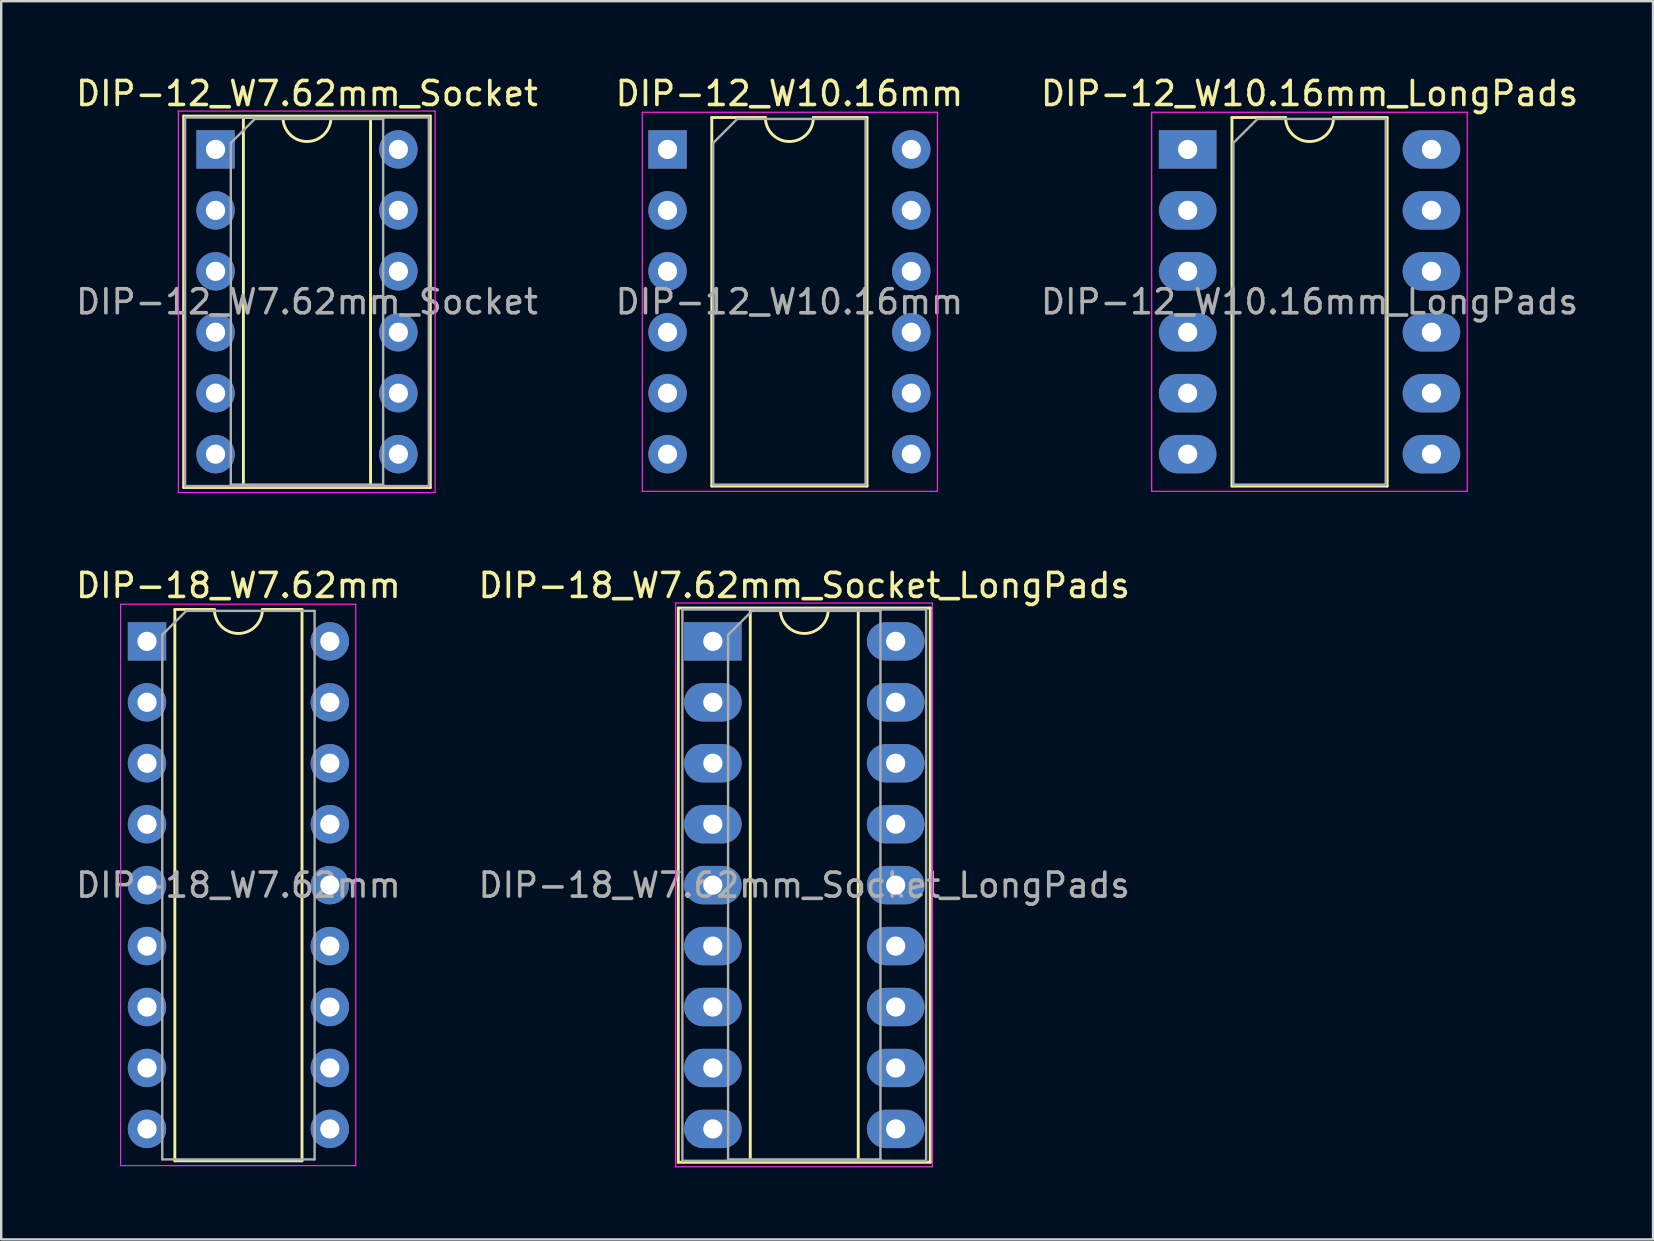
<source format=kicad_pcb>
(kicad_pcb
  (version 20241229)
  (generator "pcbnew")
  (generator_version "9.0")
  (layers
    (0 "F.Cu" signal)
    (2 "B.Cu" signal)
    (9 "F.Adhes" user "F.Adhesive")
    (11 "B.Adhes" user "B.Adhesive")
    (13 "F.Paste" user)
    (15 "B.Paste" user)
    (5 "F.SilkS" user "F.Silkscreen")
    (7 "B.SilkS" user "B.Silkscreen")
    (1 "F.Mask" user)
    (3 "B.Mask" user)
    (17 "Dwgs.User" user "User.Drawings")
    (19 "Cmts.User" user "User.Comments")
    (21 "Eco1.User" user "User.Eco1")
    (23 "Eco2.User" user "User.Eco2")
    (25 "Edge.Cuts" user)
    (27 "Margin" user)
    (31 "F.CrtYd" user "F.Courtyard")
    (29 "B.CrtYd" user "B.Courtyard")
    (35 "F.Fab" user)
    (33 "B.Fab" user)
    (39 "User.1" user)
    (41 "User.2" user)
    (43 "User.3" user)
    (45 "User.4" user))
  (footprint "DIP-12_W7.62mm_Socket"
    (layer "F.Cu")
    (at 5.934 3.178)
    (property "Reference" "DIP-12_W7.62mm_Socket" (at 3.81 -2.33 0) (layer "F.SilkS") (effects (font (size 1 1) (thickness 0.15))))
    (attr through_hole)
    (fp_line (start -1.33 -1.39) (end -1.33 14.09) (stroke (width 0.12) (type solid)) (layer "F.SilkS"))
    (fp_line (start -1.33 14.09) (end 8.95 14.09) (stroke (width 0.12) (type solid)) (layer "F.SilkS"))
    (fp_line (start 1.16 -1.33) (end 1.16 14.03) (stroke (width 0.12) (type solid)) (layer "F.SilkS"))
    (fp_line (start 1.16 14.03) (end 6.46 14.03) (stroke (width 0.12) (type solid)) (layer "F.SilkS"))
    (fp_line (start 2.81 -1.33) (end 1.16 -1.33) (stroke (width 0.12) (type solid)) (layer "F.SilkS"))
    (fp_line (start 6.46 -1.33) (end 4.81 -1.33) (stroke (width 0.12) (type solid)) (layer "F.SilkS"))
    (fp_line (start 6.46 14.03) (end 6.46 -1.33) (stroke (width 0.12) (type solid)) (layer "F.SilkS"))
    (fp_line (start 8.95 -1.39) (end -1.33 -1.39) (stroke (width 0.12) (type solid)) (layer "F.SilkS"))
    (fp_line (start 8.95 14.09) (end 8.95 -1.39) (stroke (width 0.12) (type solid)) (layer "F.SilkS"))
    (fp_arc (start 4.81 -1.33) (mid 3.81 -0.33) (end 2.81 -1.33) (stroke (width 0.12) (type solid)) (layer "F.SilkS"))
    (fp_line (start -1.55 -1.6) (end -1.55 14.3) (stroke (width 0.05) (type solid)) (layer "F.CrtYd"))
    (fp_line (start -1.55 14.3) (end 9.15 14.3) (stroke (width 0.05) (type solid)) (layer "F.CrtYd"))
    (fp_line (start 9.15 -1.6) (end -1.55 -1.6) (stroke (width 0.05) (type solid)) (layer "F.CrtYd"))
    (fp_line (start 9.15 14.3) (end 9.15 -1.6) (stroke (width 0.05) (type solid)) (layer "F.CrtYd"))
    (fp_line (start -1.27 -1.33) (end -1.27 14.03) (stroke (width 0.1) (type solid)) (layer "F.Fab"))
    (fp_line (start -1.27 14.03) (end 8.89 14.03) (stroke (width 0.1) (type solid)) (layer "F.Fab"))
    (fp_line (start 0.635 -0.27) (end 1.635 -1.27) (stroke (width 0.1) (type solid)) (layer "F.Fab"))
    (fp_line (start 0.635 13.97) (end 0.635 -0.27) (stroke (width 0.1) (type solid)) (layer "F.Fab"))
    (fp_line (start 1.635 -1.27) (end 6.985 -1.27) (stroke (width 0.1) (type solid)) (layer "F.Fab"))
    (fp_line (start 6.985 -1.27) (end 6.985 13.97) (stroke (width 0.1) (type solid)) (layer "F.Fab"))
    (fp_line (start 6.985 13.97) (end 0.635 13.97) (stroke (width 0.1) (type solid)) (layer "F.Fab"))
    (fp_line (start 8.89 -1.33) (end -1.27 -1.33) (stroke (width 0.1) (type solid)) (layer "F.Fab"))
    (fp_line (start 8.89 14.03) (end 8.89 -1.33) (stroke (width 0.1) (type solid)) (layer "F.Fab"))
    (fp_text user "${REFERENCE}" (at 3.81 6.35 0) (layer "F.Fab") (effects (font (size 1 1) (thickness 0.15))))
    (pad "1" thru_hole rect (at 0 0) (size 1.6 1.6) (drill 0.8) (layers "*.Cu" "*.Mask"))
    (pad "2" thru_hole oval (at 0 2.54) (size 1.6 1.6) (drill 0.8) (layers "*.Cu" "*.Mask"))
    (pad "3" thru_hole oval (at 0 5.08) (size 1.6 1.6) (drill 0.8) (layers "*.Cu" "*.Mask"))
    (pad "4" thru_hole oval (at 0 7.62) (size 1.6 1.6) (drill 0.8) (layers "*.Cu" "*.Mask"))
    (pad "5" thru_hole oval (at 0 10.16) (size 1.6 1.6) (drill 0.8) (layers "*.Cu" "*.Mask"))
    (pad "6" thru_hole oval (at 0 12.7) (size 1.6 1.6) (drill 0.8) (layers "*.Cu" "*.Mask"))
    (pad "7" thru_hole oval (at 7.62 12.7) (size 1.6 1.6) (drill 0.8) (layers "*.Cu" "*.Mask"))
    (pad "8" thru_hole oval (at 7.62 10.16) (size 1.6 1.6) (drill 0.8) (layers "*.Cu" "*.Mask"))
    (pad "9" thru_hole oval (at 7.62 7.62) (size 1.6 1.6) (drill 0.8) (layers "*.Cu" "*.Mask"))
    (pad "10" thru_hole oval (at 7.62 5.08) (size 1.6 1.6) (drill 0.8) (layers "*.Cu" "*.Mask"))
    (pad "11" thru_hole oval (at 7.62 2.54) (size 1.6 1.6) (drill 0.8) (layers "*.Cu" "*.Mask"))
    (pad "12" thru_hole oval (at 7.62 0) (size 1.6 1.6) (drill 0.8) (layers "*.Cu" "*.Mask")))
  (footprint "DIP-12_W10.16mm_LongPads"
    (layer "F.Cu")
    (at 46.45 3.178)
    (property "Reference" "DIP-12_W10.16mm_LongPads" (at 5.08 -2.33 0) (layer "F.SilkS") (effects (font (size 1 1) (thickness 0.15))))
    (attr through_hole)
    (fp_line (start 1.845 -1.33) (end 1.845 14.03) (stroke (width 0.12) (type solid)) (layer "F.SilkS"))
    (fp_line (start 1.845 14.03) (end 8.315 14.03) (stroke (width 0.12) (type solid)) (layer "F.SilkS"))
    (fp_line (start 4.08 -1.33) (end 1.845 -1.33) (stroke (width 0.12) (type solid)) (layer "F.SilkS"))
    (fp_line (start 8.315 -1.33) (end 6.08 -1.33) (stroke (width 0.12) (type solid)) (layer "F.SilkS"))
    (fp_line (start 8.315 14.03) (end 8.315 -1.33) (stroke (width 0.12) (type solid)) (layer "F.SilkS"))
    (fp_arc (start 6.08 -1.33) (mid 5.08 -0.33) (end 4.08 -1.33) (stroke (width 0.12) (type solid)) (layer "F.SilkS"))
    (fp_line (start -1.5 -1.55) (end -1.5 14.25) (stroke (width 0.05) (type solid)) (layer "F.CrtYd"))
    (fp_line (start -1.5 14.25) (end 11.65 14.25) (stroke (width 0.05) (type solid)) (layer "F.CrtYd"))
    (fp_line (start 11.65 -1.55) (end -1.5 -1.55) (stroke (width 0.05) (type solid)) (layer "F.CrtYd"))
    (fp_line (start 11.65 14.25) (end 11.65 -1.55) (stroke (width 0.05) (type solid)) (layer "F.CrtYd"))
    (fp_line (start 1.905 -0.27) (end 2.905 -1.27) (stroke (width 0.1) (type solid)) (layer "F.Fab"))
    (fp_line (start 1.905 13.97) (end 1.905 -0.27) (stroke (width 0.1) (type solid)) (layer "F.Fab"))
    (fp_line (start 2.905 -1.27) (end 8.255 -1.27) (stroke (width 0.1) (type solid)) (layer "F.Fab"))
    (fp_line (start 8.255 -1.27) (end 8.255 13.97) (stroke (width 0.1) (type solid)) (layer "F.Fab"))
    (fp_line (start 8.255 13.97) (end 1.905 13.97) (stroke (width 0.1) (type solid)) (layer "F.Fab"))
    (fp_text user "${REFERENCE}" (at 5.08 6.35 0) (layer "F.Fab") (effects (font (size 1 1) (thickness 0.15))))
    (pad "1" thru_hole rect (at 0 0) (size 2.4 1.6) (drill 0.8) (layers "*.Cu" "*.Mask"))
    (pad "2" thru_hole oval (at 0 2.54) (size 2.4 1.6) (drill 0.8) (layers "*.Cu" "*.Mask"))
    (pad "3" thru_hole oval (at 0 5.08) (size 2.4 1.6) (drill 0.8) (layers "*.Cu" "*.Mask"))
    (pad "4" thru_hole oval (at 0 7.62) (size 2.4 1.6) (drill 0.8) (layers "*.Cu" "*.Mask"))
    (pad "5" thru_hole oval (at 0 10.16) (size 2.4 1.6) (drill 0.8) (layers "*.Cu" "*.Mask"))
    (pad "6" thru_hole oval (at 0 12.7) (size 2.4 1.6) (drill 0.8) (layers "*.Cu" "*.Mask"))
    (pad "7" thru_hole oval (at 10.16 12.7) (size 2.4 1.6) (drill 0.8) (layers "*.Cu" "*.Mask"))
    (pad "8" thru_hole oval (at 10.16 10.16) (size 2.4 1.6) (drill 0.8) (layers "*.Cu" "*.Mask"))
    (pad "9" thru_hole oval (at 10.16 7.62) (size 2.4 1.6) (drill 0.8) (layers "*.Cu" "*.Mask"))
    (pad "10" thru_hole oval (at 10.16 5.08) (size 2.4 1.6) (drill 0.8) (layers "*.Cu" "*.Mask"))
    (pad "11" thru_hole oval (at 10.16 2.54) (size 2.4 1.6) (drill 0.8) (layers "*.Cu" "*.Mask"))
    (pad "12" thru_hole oval (at 10.16 0) (size 2.4 1.6) (drill 0.8) (layers "*.Cu" "*.Mask")))
  (footprint "DIP-12_W10.16mm"
    (layer "F.Cu")
    (at 24.771 3.178)
    (property "Reference" "DIP-12_W10.16mm" (at 5.08 -2.33 0) (layer "F.SilkS") (effects (font (size 1 1) (thickness 0.15))))
    (attr through_hole)
    (fp_line (start 1.845 -1.33) (end 1.845 14.03) (stroke (width 0.12) (type solid)) (layer "F.SilkS"))
    (fp_line (start 1.845 14.03) (end 8.315 14.03) (stroke (width 0.12) (type solid)) (layer "F.SilkS"))
    (fp_line (start 4.08 -1.33) (end 1.845 -1.33) (stroke (width 0.12) (type solid)) (layer "F.SilkS"))
    (fp_line (start 8.315 -1.33) (end 6.08 -1.33) (stroke (width 0.12) (type solid)) (layer "F.SilkS"))
    (fp_line (start 8.315 14.03) (end 8.315 -1.33) (stroke (width 0.12) (type solid)) (layer "F.SilkS"))
    (fp_arc (start 6.08 -1.33) (mid 5.08 -0.33) (end 4.08 -1.33) (stroke (width 0.12) (type solid)) (layer "F.SilkS"))
    (fp_line (start -1.05 -1.55) (end -1.05 14.25) (stroke (width 0.05) (type solid)) (layer "F.CrtYd"))
    (fp_line (start -1.05 14.25) (end 11.25 14.25) (stroke (width 0.05) (type solid)) (layer "F.CrtYd"))
    (fp_line (start 11.25 -1.55) (end -1.05 -1.55) (stroke (width 0.05) (type solid)) (layer "F.CrtYd"))
    (fp_line (start 11.25 14.25) (end 11.25 -1.55) (stroke (width 0.05) (type solid)) (layer "F.CrtYd"))
    (fp_line (start 1.905 -0.27) (end 2.905 -1.27) (stroke (width 0.1) (type solid)) (layer "F.Fab"))
    (fp_line (start 1.905 13.97) (end 1.905 -0.27) (stroke (width 0.1) (type solid)) (layer "F.Fab"))
    (fp_line (start 2.905 -1.27) (end 8.255 -1.27) (stroke (width 0.1) (type solid)) (layer "F.Fab"))
    (fp_line (start 8.255 -1.27) (end 8.255 13.97) (stroke (width 0.1) (type solid)) (layer "F.Fab"))
    (fp_line (start 8.255 13.97) (end 1.905 13.97) (stroke (width 0.1) (type solid)) (layer "F.Fab"))
    (fp_text user "${REFERENCE}" (at 5.08 6.35 0) (layer "F.Fab") (effects (font (size 1 1) (thickness 0.15))))
    (pad "1" thru_hole rect (at 0 0) (size 1.6 1.6) (drill 0.8) (layers "*.Cu" "*.Mask"))
    (pad "2" thru_hole oval (at 0 2.54) (size 1.6 1.6) (drill 0.8) (layers "*.Cu" "*.Mask"))
    (pad "3" thru_hole oval (at 0 5.08) (size 1.6 1.6) (drill 0.8) (layers "*.Cu" "*.Mask"))
    (pad "4" thru_hole oval (at 0 7.62) (size 1.6 1.6) (drill 0.8) (layers "*.Cu" "*.Mask"))
    (pad "5" thru_hole oval (at 0 10.16) (size 1.6 1.6) (drill 0.8) (layers "*.Cu" "*.Mask"))
    (pad "6" thru_hole oval (at 0 12.7) (size 1.6 1.6) (drill 0.8) (layers "*.Cu" "*.Mask"))
    (pad "7" thru_hole oval (at 10.16 12.7) (size 1.6 1.6) (drill 0.8) (layers "*.Cu" "*.Mask"))
    (pad "8" thru_hole oval (at 10.16 10.16) (size 1.6 1.6) (drill 0.8) (layers "*.Cu" "*.Mask"))
    (pad "9" thru_hole oval (at 10.16 7.62) (size 1.6 1.6) (drill 0.8) (layers "*.Cu" "*.Mask"))
    (pad "10" thru_hole oval (at 10.16 5.08) (size 1.6 1.6) (drill 0.8) (layers "*.Cu" "*.Mask"))
    (pad "11" thru_hole oval (at 10.16 2.54) (size 1.6 1.6) (drill 0.8) (layers "*.Cu" "*.Mask"))
    (pad "12" thru_hole oval (at 10.16 0) (size 1.6 1.6) (drill 0.8) (layers "*.Cu" "*.Mask")))
  (footprint "DIP-18_W7.62mm"
    (layer "F.Cu")
    (at 3.077 23.681)
    (property "Reference" "DIP-18_W7.62mm" (at 3.81 -2.33 0) (layer "F.SilkS") (effects (font (size 1 1) (thickness 0.15))))
    (attr through_hole)
    (fp_line (start 1.16 -1.33) (end 1.16 21.65) (stroke (width 0.12) (type solid)) (layer "F.SilkS"))
    (fp_line (start 1.16 21.65) (end 6.46 21.65) (stroke (width 0.12) (type solid)) (layer "F.SilkS"))
    (fp_line (start 2.81 -1.33) (end 1.16 -1.33) (stroke (width 0.12) (type solid)) (layer "F.SilkS"))
    (fp_line (start 6.46 -1.33) (end 4.81 -1.33) (stroke (width 0.12) (type solid)) (layer "F.SilkS"))
    (fp_line (start 6.46 21.65) (end 6.46 -1.33) (stroke (width 0.12) (type solid)) (layer "F.SilkS"))
    (fp_arc (start 4.81 -1.33) (mid 3.81 -0.33) (end 2.81 -1.33) (stroke (width 0.12) (type solid)) (layer "F.SilkS"))
    (fp_line (start -1.1 -1.55) (end -1.1 21.85) (stroke (width 0.05) (type solid)) (layer "F.CrtYd"))
    (fp_line (start -1.1 21.85) (end 8.7 21.85) (stroke (width 0.05) (type solid)) (layer "F.CrtYd"))
    (fp_line (start 8.7 -1.55) (end -1.1 -1.55) (stroke (width 0.05) (type solid)) (layer "F.CrtYd"))
    (fp_line (start 8.7 21.85) (end 8.7 -1.55) (stroke (width 0.05) (type solid)) (layer "F.CrtYd"))
    (fp_line (start 0.635 -0.27) (end 1.635 -1.27) (stroke (width 0.1) (type solid)) (layer "F.Fab"))
    (fp_line (start 0.635 21.59) (end 0.635 -0.27) (stroke (width 0.1) (type solid)) (layer "F.Fab"))
    (fp_line (start 1.635 -1.27) (end 6.985 -1.27) (stroke (width 0.1) (type solid)) (layer "F.Fab"))
    (fp_line (start 6.985 -1.27) (end 6.985 21.59) (stroke (width 0.1) (type solid)) (layer "F.Fab"))
    (fp_line (start 6.985 21.59) (end 0.635 21.59) (stroke (width 0.1) (type solid)) (layer "F.Fab"))
    (fp_text user "${REFERENCE}" (at 3.81 10.16 0) (layer "F.Fab") (effects (font (size 1 1) (thickness 0.15))))
    (pad "1" thru_hole rect (at 0 0) (size 1.6 1.6) (drill 0.8) (layers "*.Cu" "*.Mask"))
    (pad "2" thru_hole oval (at 0 2.54) (size 1.6 1.6) (drill 0.8) (layers "*.Cu" "*.Mask"))
    (pad "3" thru_hole oval (at 0 5.08) (size 1.6 1.6) (drill 0.8) (layers "*.Cu" "*.Mask"))
    (pad "4" thru_hole oval (at 0 7.62) (size 1.6 1.6) (drill 0.8) (layers "*.Cu" "*.Mask"))
    (pad "5" thru_hole oval (at 0 10.16) (size 1.6 1.6) (drill 0.8) (layers "*.Cu" "*.Mask"))
    (pad "6" thru_hole oval (at 0 12.7) (size 1.6 1.6) (drill 0.8) (layers "*.Cu" "*.Mask"))
    (pad "7" thru_hole oval (at 0 15.24) (size 1.6 1.6) (drill 0.8) (layers "*.Cu" "*.Mask"))
    (pad "8" thru_hole oval (at 0 17.78) (size 1.6 1.6) (drill 0.8) (layers "*.Cu" "*.Mask"))
    (pad "9" thru_hole oval (at 0 20.32) (size 1.6 1.6) (drill 0.8) (layers "*.Cu" "*.Mask"))
    (pad "10" thru_hole oval (at 7.62 20.32) (size 1.6 1.6) (drill 0.8) (layers "*.Cu" "*.Mask"))
    (pad "11" thru_hole oval (at 7.62 17.78) (size 1.6 1.6) (drill 0.8) (layers "*.Cu" "*.Mask"))
    (pad "12" thru_hole oval (at 7.62 15.24) (size 1.6 1.6) (drill 0.8) (layers "*.Cu" "*.Mask"))
    (pad "13" thru_hole oval (at 7.62 12.7) (size 1.6 1.6) (drill 0.8) (layers "*.Cu" "*.Mask"))
    (pad "14" thru_hole oval (at 7.62 10.16) (size 1.6 1.6) (drill 0.8) (layers "*.Cu" "*.Mask"))
    (pad "15" thru_hole oval (at 7.62 7.62) (size 1.6 1.6) (drill 0.8) (layers "*.Cu" "*.Mask"))
    (pad "16" thru_hole oval (at 7.62 5.08) (size 1.6 1.6) (drill 0.8) (layers "*.Cu" "*.Mask"))
    (pad "17" thru_hole oval (at 7.62 2.54) (size 1.6 1.6) (drill 0.8) (layers "*.Cu" "*.Mask"))
    (pad "18" thru_hole oval (at 7.62 0) (size 1.6 1.6) (drill 0.8) (layers "*.Cu" "*.Mask")))
  (footprint "DIP-18_W7.62mm_Socket_LongPads"
    (layer "F.Cu")
    (at 26.66 23.681)
    (property "Reference" "DIP-18_W7.62mm_Socket_LongPads" (at 3.81 -2.33 0) (layer "F.SilkS") (effects (font (size 1 1) (thickness 0.15))))
    (attr through_hole)
    (fp_line (start -1.44 -1.39) (end -1.44 21.71) (stroke (width 0.12) (type solid)) (layer "F.SilkS"))
    (fp_line (start -1.44 21.71) (end 9.06 21.71) (stroke (width 0.12) (type solid)) (layer "F.SilkS"))
    (fp_line (start 1.56 -1.33) (end 1.56 21.65) (stroke (width 0.12) (type solid)) (layer "F.SilkS"))
    (fp_line (start 1.56 21.65) (end 6.06 21.65) (stroke (width 0.12) (type solid)) (layer "F.SilkS"))
    (fp_line (start 2.81 -1.33) (end 1.56 -1.33) (stroke (width 0.12) (type solid)) (layer "F.SilkS"))
    (fp_line (start 6.06 -1.33) (end 4.81 -1.33) (stroke (width 0.12) (type solid)) (layer "F.SilkS"))
    (fp_line (start 6.06 21.65) (end 6.06 -1.33) (stroke (width 0.12) (type solid)) (layer "F.SilkS"))
    (fp_line (start 9.06 -1.39) (end -1.44 -1.39) (stroke (width 0.12) (type solid)) (layer "F.SilkS"))
    (fp_line (start 9.06 21.71) (end 9.06 -1.39) (stroke (width 0.12) (type solid)) (layer "F.SilkS"))
    (fp_arc (start 4.81 -1.33) (mid 3.81 -0.33) (end 2.81 -1.33) (stroke (width 0.12) (type solid)) (layer "F.SilkS"))
    (fp_line (start -1.55 -1.6) (end -1.55 21.9) (stroke (width 0.05) (type solid)) (layer "F.CrtYd"))
    (fp_line (start -1.55 21.9) (end 9.15 21.9) (stroke (width 0.05) (type solid)) (layer "F.CrtYd"))
    (fp_line (start 9.15 -1.6) (end -1.55 -1.6) (stroke (width 0.05) (type solid)) (layer "F.CrtYd"))
    (fp_line (start 9.15 21.9) (end 9.15 -1.6) (stroke (width 0.05) (type solid)) (layer "F.CrtYd"))
    (fp_line (start -1.27 -1.33) (end -1.27 21.65) (stroke (width 0.1) (type solid)) (layer "F.Fab"))
    (fp_line (start -1.27 21.65) (end 8.89 21.65) (stroke (width 0.1) (type solid)) (layer "F.Fab"))
    (fp_line (start 0.635 -0.27) (end 1.635 -1.27) (stroke (width 0.1) (type solid)) (layer "F.Fab"))
    (fp_line (start 0.635 21.59) (end 0.635 -0.27) (stroke (width 0.1) (type solid)) (layer "F.Fab"))
    (fp_line (start 1.635 -1.27) (end 6.985 -1.27) (stroke (width 0.1) (type solid)) (layer "F.Fab"))
    (fp_line (start 6.985 -1.27) (end 6.985 21.59) (stroke (width 0.1) (type solid)) (layer "F.Fab"))
    (fp_line (start 6.985 21.59) (end 0.635 21.59) (stroke (width 0.1) (type solid)) (layer "F.Fab"))
    (fp_line (start 8.89 -1.33) (end -1.27 -1.33) (stroke (width 0.1) (type solid)) (layer "F.Fab"))
    (fp_line (start 8.89 21.65) (end 8.89 -1.33) (stroke (width 0.1) (type solid)) (layer "F.Fab"))
    (fp_text user "${REFERENCE}" (at 3.81 10.16 0) (layer "F.Fab") (effects (font (size 1 1) (thickness 0.15))))
    (pad "1" thru_hole rect (at 0 0) (size 2.4 1.6) (drill 0.8) (layers "*.Cu" "*.Mask"))
    (pad "2" thru_hole oval (at 0 2.54) (size 2.4 1.6) (drill 0.8) (layers "*.Cu" "*.Mask"))
    (pad "3" thru_hole oval (at 0 5.08) (size 2.4 1.6) (drill 0.8) (layers "*.Cu" "*.Mask"))
    (pad "4" thru_hole oval (at 0 7.62) (size 2.4 1.6) (drill 0.8) (layers "*.Cu" "*.Mask"))
    (pad "5" thru_hole oval (at 0 10.16) (size 2.4 1.6) (drill 0.8) (layers "*.Cu" "*.Mask"))
    (pad "6" thru_hole oval (at 0 12.7) (size 2.4 1.6) (drill 0.8) (layers "*.Cu" "*.Mask"))
    (pad "7" thru_hole oval (at 0 15.24) (size 2.4 1.6) (drill 0.8) (layers "*.Cu" "*.Mask"))
    (pad "8" thru_hole oval (at 0 17.78) (size 2.4 1.6) (drill 0.8) (layers "*.Cu" "*.Mask"))
    (pad "9" thru_hole oval (at 0 20.32) (size 2.4 1.6) (drill 0.8) (layers "*.Cu" "*.Mask"))
    (pad "10" thru_hole oval (at 7.62 20.32) (size 2.4 1.6) (drill 0.8) (layers "*.Cu" "*.Mask"))
    (pad "11" thru_hole oval (at 7.62 17.78) (size 2.4 1.6) (drill 0.8) (layers "*.Cu" "*.Mask"))
    (pad "12" thru_hole oval (at 7.62 15.24) (size 2.4 1.6) (drill 0.8) (layers "*.Cu" "*.Mask"))
    (pad "13" thru_hole oval (at 7.62 12.7) (size 2.4 1.6) (drill 0.8) (layers "*.Cu" "*.Mask"))
    (pad "14" thru_hole oval (at 7.62 10.16) (size 2.4 1.6) (drill 0.8) (layers "*.Cu" "*.Mask"))
    (pad "15" thru_hole oval (at 7.62 7.62) (size 2.4 1.6) (drill 0.8) (layers "*.Cu" "*.Mask"))
    (pad "16" thru_hole oval (at 7.62 5.08) (size 2.4 1.6) (drill 0.8) (layers "*.Cu" "*.Mask"))
    (pad "17" thru_hole oval (at 7.62 2.54) (size 2.4 1.6) (drill 0.8) (layers "*.Cu" "*.Mask"))
    (pad "18" thru_hole oval (at 7.62 0) (size 2.4 1.6) (drill 0.8) (layers "*.Cu" "*.Mask")))
  (gr_rect
    (start -3 -3)
    (end 65.845 48.606)
    (stroke (width 0.1) (type default))
    (fill no)
    (layer "Edge.Cuts")))
</source>
